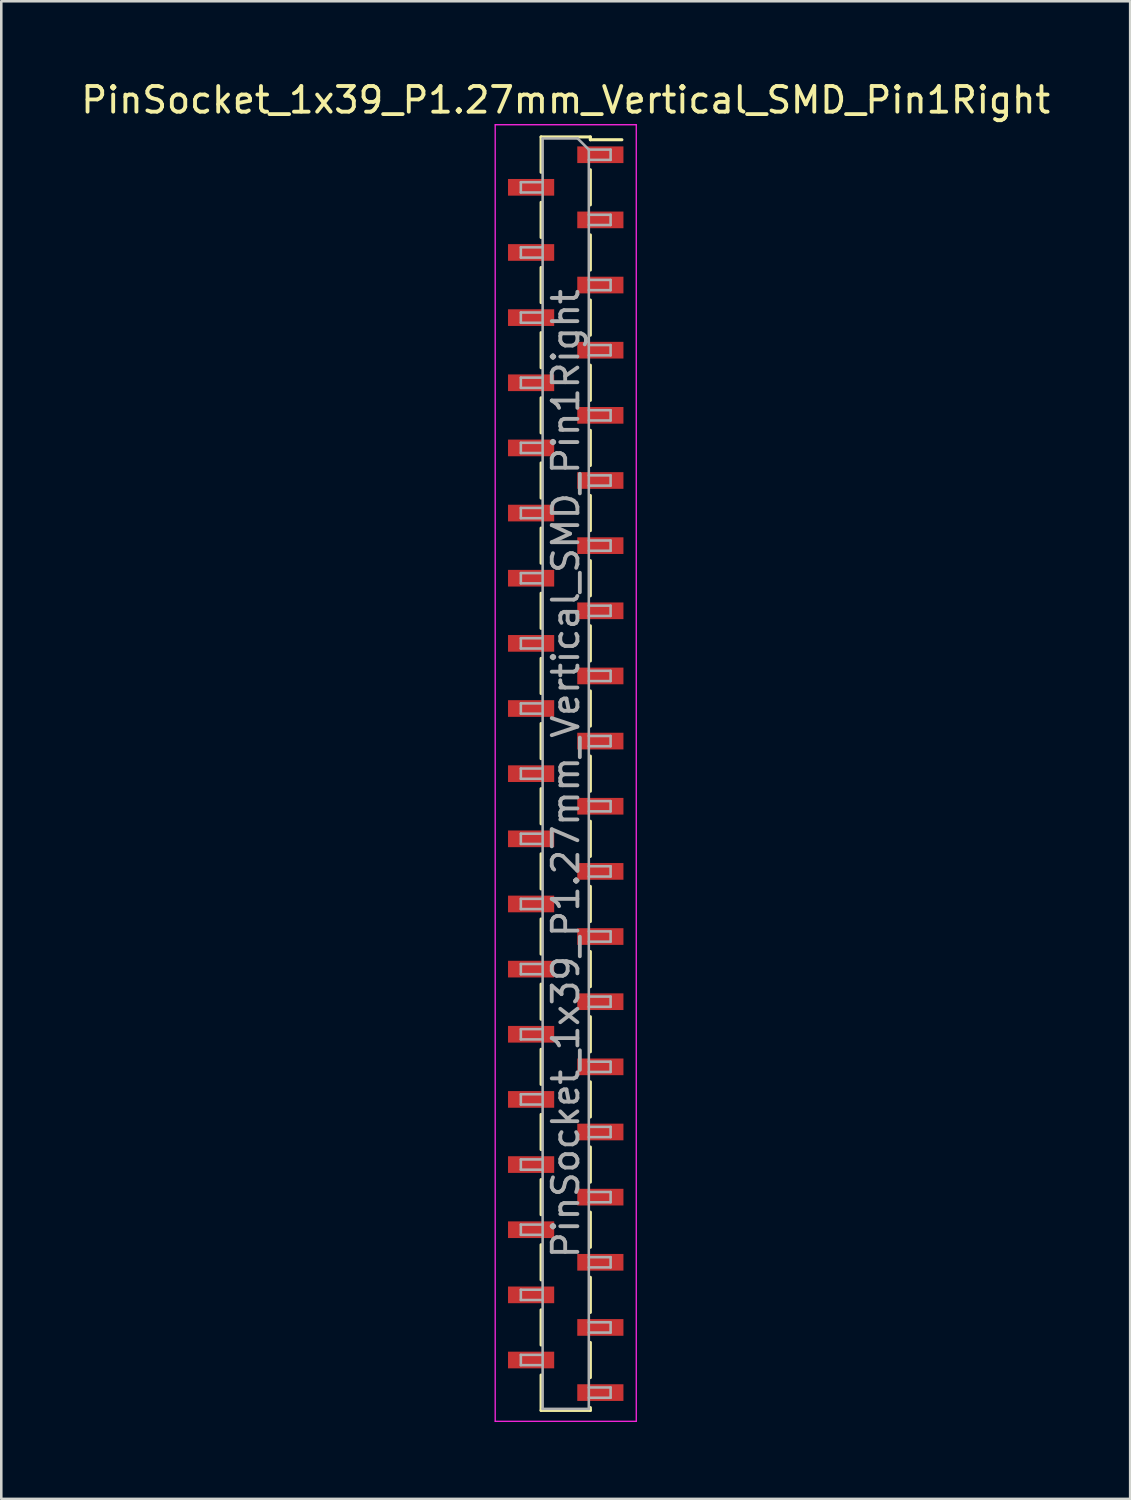
<source format=kicad_pcb>
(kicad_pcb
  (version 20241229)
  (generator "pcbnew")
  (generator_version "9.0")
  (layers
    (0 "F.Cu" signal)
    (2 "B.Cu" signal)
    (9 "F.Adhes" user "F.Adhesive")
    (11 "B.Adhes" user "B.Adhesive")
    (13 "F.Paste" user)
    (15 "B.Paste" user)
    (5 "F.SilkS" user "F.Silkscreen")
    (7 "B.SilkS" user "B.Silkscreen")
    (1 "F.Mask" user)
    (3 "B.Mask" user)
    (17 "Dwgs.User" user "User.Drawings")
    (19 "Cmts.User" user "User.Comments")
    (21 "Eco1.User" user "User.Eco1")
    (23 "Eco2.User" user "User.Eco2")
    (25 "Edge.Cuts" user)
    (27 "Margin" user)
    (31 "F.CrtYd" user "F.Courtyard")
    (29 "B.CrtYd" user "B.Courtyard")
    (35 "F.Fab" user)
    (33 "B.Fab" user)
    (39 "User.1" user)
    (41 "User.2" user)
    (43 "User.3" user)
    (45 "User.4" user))
  (footprint "PinSocket_1x39_P1.27mm_Vertical_SMD_Pin1Right"
    (layer "F.Cu")
    (at 19.006 27.113)
    (property "Reference" "PinSocket_1x39_P1.27mm_Vertical_SMD_Pin1Right" (at 0 -26.265 0) (layer "F.SilkS") (effects (font (size 1 1) (thickness 0.15))))
    (attr smd)
    (fp_line (start -0.96 -24.825) (end -0.96 -23.445) (stroke (width 0.12) (type solid)) (layer "F.SilkS"))
    (fp_line (start -0.96 -24.825) (end 0.96 -24.825) (stroke (width 0.12) (type solid)) (layer "F.SilkS"))
    (fp_line (start -0.96 -22.275) (end -0.96 -20.905) (stroke (width 0.12) (type solid)) (layer "F.SilkS"))
    (fp_line (start -0.96 -19.735) (end -0.96 -18.365) (stroke (width 0.12) (type solid)) (layer "F.SilkS"))
    (fp_line (start -0.96 -17.195) (end -0.96 -15.825) (stroke (width 0.12) (type solid)) (layer "F.SilkS"))
    (fp_line (start -0.96 -14.655) (end -0.96 -13.285) (stroke (width 0.12) (type solid)) (layer "F.SilkS"))
    (fp_line (start -0.96 -12.115) (end -0.96 -10.745) (stroke (width 0.12) (type solid)) (layer "F.SilkS"))
    (fp_line (start -0.96 -9.575) (end -0.96 -8.205) (stroke (width 0.12) (type solid)) (layer "F.SilkS"))
    (fp_line (start -0.96 -7.035) (end -0.96 -5.665) (stroke (width 0.12) (type solid)) (layer "F.SilkS"))
    (fp_line (start -0.96 -4.495) (end -0.96 -3.125) (stroke (width 0.12) (type solid)) (layer "F.SilkS"))
    (fp_line (start -0.96 -1.955) (end -0.96 -0.585) (stroke (width 0.12) (type solid)) (layer "F.SilkS"))
    (fp_line (start -0.96 0.585) (end -0.96 1.955) (stroke (width 0.12) (type solid)) (layer "F.SilkS"))
    (fp_line (start -0.96 3.125) (end -0.96 4.495) (stroke (width 0.12) (type solid)) (layer "F.SilkS"))
    (fp_line (start -0.96 5.665) (end -0.96 7.035) (stroke (width 0.12) (type solid)) (layer "F.SilkS"))
    (fp_line (start -0.96 8.205) (end -0.96 9.575) (stroke (width 0.12) (type solid)) (layer "F.SilkS"))
    (fp_line (start -0.96 10.745) (end -0.96 12.115) (stroke (width 0.12) (type solid)) (layer "F.SilkS"))
    (fp_line (start -0.96 13.285) (end -0.96 14.655) (stroke (width 0.12) (type solid)) (layer "F.SilkS"))
    (fp_line (start -0.96 15.825) (end -0.96 17.195) (stroke (width 0.12) (type solid)) (layer "F.SilkS"))
    (fp_line (start -0.96 18.365) (end -0.96 19.735) (stroke (width 0.12) (type solid)) (layer "F.SilkS"))
    (fp_line (start -0.96 20.905) (end -0.96 22.275) (stroke (width 0.12) (type solid)) (layer "F.SilkS"))
    (fp_line (start -0.96 23.445) (end -0.96 24.825) (stroke (width 0.12) (type solid)) (layer "F.SilkS"))
    (fp_line (start -0.96 24.825) (end 0.96 24.825) (stroke (width 0.12) (type solid)) (layer "F.SilkS"))
    (fp_line (start 0.96 -24.825) (end 0.96 -24.715) (stroke (width 0.12) (type solid)) (layer "F.SilkS"))
    (fp_line (start 0.96 -24.715) (end 2.19 -24.715) (stroke (width 0.12) (type solid)) (layer "F.SilkS"))
    (fp_line (start 0.96 -23.545) (end 0.96 -22.175) (stroke (width 0.12) (type solid)) (layer "F.SilkS"))
    (fp_line (start 0.96 -21.005) (end 0.96 -19.635) (stroke (width 0.12) (type solid)) (layer "F.SilkS"))
    (fp_line (start 0.96 -18.465) (end 0.96 -17.095) (stroke (width 0.12) (type solid)) (layer "F.SilkS"))
    (fp_line (start 0.96 -15.925) (end 0.96 -14.555) (stroke (width 0.12) (type solid)) (layer "F.SilkS"))
    (fp_line (start 0.96 -13.385) (end 0.96 -12.015) (stroke (width 0.12) (type solid)) (layer "F.SilkS"))
    (fp_line (start 0.96 -10.845) (end 0.96 -9.475) (stroke (width 0.12) (type solid)) (layer "F.SilkS"))
    (fp_line (start 0.96 -8.305) (end 0.96 -6.935) (stroke (width 0.12) (type solid)) (layer "F.SilkS"))
    (fp_line (start 0.96 -5.765) (end 0.96 -4.395) (stroke (width 0.12) (type solid)) (layer "F.SilkS"))
    (fp_line (start 0.96 -3.225) (end 0.96 -1.855) (stroke (width 0.12) (type solid)) (layer "F.SilkS"))
    (fp_line (start 0.96 -0.685) (end 0.96 0.685) (stroke (width 0.12) (type solid)) (layer "F.SilkS"))
    (fp_line (start 0.96 1.855) (end 0.96 3.225) (stroke (width 0.12) (type solid)) (layer "F.SilkS"))
    (fp_line (start 0.96 4.395) (end 0.96 5.765) (stroke (width 0.12) (type solid)) (layer "F.SilkS"))
    (fp_line (start 0.96 6.935) (end 0.96 8.305) (stroke (width 0.12) (type solid)) (layer "F.SilkS"))
    (fp_line (start 0.96 9.475) (end 0.96 10.845) (stroke (width 0.12) (type solid)) (layer "F.SilkS"))
    (fp_line (start 0.96 12.015) (end 0.96 13.385) (stroke (width 0.12) (type solid)) (layer "F.SilkS"))
    (fp_line (start 0.96 14.555) (end 0.96 15.925) (stroke (width 0.12) (type solid)) (layer "F.SilkS"))
    (fp_line (start 0.96 17.095) (end 0.96 18.465) (stroke (width 0.12) (type solid)) (layer "F.SilkS"))
    (fp_line (start 0.96 19.635) (end 0.96 21.005) (stroke (width 0.12) (type solid)) (layer "F.SilkS"))
    (fp_line (start 0.96 22.175) (end 0.96 23.545) (stroke (width 0.12) (type solid)) (layer "F.SilkS"))
    (fp_line (start 0.96 24.715) (end 0.96 24.825) (stroke (width 0.12) (type solid)) (layer "F.SilkS"))
    (fp_line (start -2.75 -25.3) (end 2.75 -25.3) (stroke (width 0.05) (type solid)) (layer "F.CrtYd"))
    (fp_line (start -2.75 25.25) (end -2.75 -25.3) (stroke (width 0.05) (type solid)) (layer "F.CrtYd"))
    (fp_line (start 2.75 -25.3) (end 2.75 25.25) (stroke (width 0.05) (type solid)) (layer "F.CrtYd"))
    (fp_line (start 2.75 25.25) (end -2.75 25.25) (stroke (width 0.05) (type solid)) (layer "F.CrtYd"))
    (fp_line (start -1.75 -23.06) (end -0.9 -23.06) (stroke (width 0.1) (type solid)) (layer "F.Fab"))
    (fp_line (start -1.75 -22.66) (end -1.75 -23.06) (stroke (width 0.1) (type solid)) (layer "F.Fab"))
    (fp_line (start -1.75 -20.52) (end -0.9 -20.52) (stroke (width 0.1) (type solid)) (layer "F.Fab"))
    (fp_line (start -1.75 -20.12) (end -1.75 -20.52) (stroke (width 0.1) (type solid)) (layer "F.Fab"))
    (fp_line (start -1.75 -17.98) (end -0.9 -17.98) (stroke (width 0.1) (type solid)) (layer "F.Fab"))
    (fp_line (start -1.75 -17.58) (end -1.75 -17.98) (stroke (width 0.1) (type solid)) (layer "F.Fab"))
    (fp_line (start -1.75 -15.44) (end -0.9 -15.44) (stroke (width 0.1) (type solid)) (layer "F.Fab"))
    (fp_line (start -1.75 -15.04) (end -1.75 -15.44) (stroke (width 0.1) (type solid)) (layer "F.Fab"))
    (fp_line (start -1.75 -12.9) (end -0.9 -12.9) (stroke (width 0.1) (type solid)) (layer "F.Fab"))
    (fp_line (start -1.75 -12.5) (end -1.75 -12.9) (stroke (width 0.1) (type solid)) (layer "F.Fab"))
    (fp_line (start -1.75 -10.36) (end -0.9 -10.36) (stroke (width 0.1) (type solid)) (layer "F.Fab"))
    (fp_line (start -1.75 -9.96) (end -1.75 -10.36) (stroke (width 0.1) (type solid)) (layer "F.Fab"))
    (fp_line (start -1.75 -7.82) (end -0.9 -7.82) (stroke (width 0.1) (type solid)) (layer "F.Fab"))
    (fp_line (start -1.75 -7.42) (end -1.75 -7.82) (stroke (width 0.1) (type solid)) (layer "F.Fab"))
    (fp_line (start -1.75 -5.28) (end -0.9 -5.28) (stroke (width 0.1) (type solid)) (layer "F.Fab"))
    (fp_line (start -1.75 -4.88) (end -1.75 -5.28) (stroke (width 0.1) (type solid)) (layer "F.Fab"))
    (fp_line (start -1.75 -2.74) (end -0.9 -2.74) (stroke (width 0.1) (type solid)) (layer "F.Fab"))
    (fp_line (start -1.75 -2.34) (end -1.75 -2.74) (stroke (width 0.1) (type solid)) (layer "F.Fab"))
    (fp_line (start -1.75 -0.2) (end -0.9 -0.2) (stroke (width 0.1) (type solid)) (layer "F.Fab"))
    (fp_line (start -1.75 0.2) (end -1.75 -0.2) (stroke (width 0.1) (type solid)) (layer "F.Fab"))
    (fp_line (start -1.75 2.34) (end -0.9 2.34) (stroke (width 0.1) (type solid)) (layer "F.Fab"))
    (fp_line (start -1.75 2.74) (end -1.75 2.34) (stroke (width 0.1) (type solid)) (layer "F.Fab"))
    (fp_line (start -1.75 4.88) (end -0.9 4.88) (stroke (width 0.1) (type solid)) (layer "F.Fab"))
    (fp_line (start -1.75 5.28) (end -1.75 4.88) (stroke (width 0.1) (type solid)) (layer "F.Fab"))
    (fp_line (start -1.75 7.42) (end -0.9 7.42) (stroke (width 0.1) (type solid)) (layer "F.Fab"))
    (fp_line (start -1.75 7.82) (end -1.75 7.42) (stroke (width 0.1) (type solid)) (layer "F.Fab"))
    (fp_line (start -1.75 9.96) (end -0.9 9.96) (stroke (width 0.1) (type solid)) (layer "F.Fab"))
    (fp_line (start -1.75 10.36) (end -1.75 9.96) (stroke (width 0.1) (type solid)) (layer "F.Fab"))
    (fp_line (start -1.75 12.5) (end -0.9 12.5) (stroke (width 0.1) (type solid)) (layer "F.Fab"))
    (fp_line (start -1.75 12.9) (end -1.75 12.5) (stroke (width 0.1) (type solid)) (layer "F.Fab"))
    (fp_line (start -1.75 15.04) (end -0.9 15.04) (stroke (width 0.1) (type solid)) (layer "F.Fab"))
    (fp_line (start -1.75 15.44) (end -1.75 15.04) (stroke (width 0.1) (type solid)) (layer "F.Fab"))
    (fp_line (start -1.75 17.58) (end -0.9 17.58) (stroke (width 0.1) (type solid)) (layer "F.Fab"))
    (fp_line (start -1.75 17.98) (end -1.75 17.58) (stroke (width 0.1) (type solid)) (layer "F.Fab"))
    (fp_line (start -1.75 20.12) (end -0.9 20.12) (stroke (width 0.1) (type solid)) (layer "F.Fab"))
    (fp_line (start -1.75 20.52) (end -1.75 20.12) (stroke (width 0.1) (type solid)) (layer "F.Fab"))
    (fp_line (start -1.75 22.66) (end -0.9 22.66) (stroke (width 0.1) (type solid)) (layer "F.Fab"))
    (fp_line (start -1.75 23.06) (end -1.75 22.66) (stroke (width 0.1) (type solid)) (layer "F.Fab"))
    (fp_line (start -0.9 -24.765) (end 0.465 -24.765) (stroke (width 0.1) (type solid)) (layer "F.Fab"))
    (fp_line (start -0.9 -22.66) (end -1.75 -22.66) (stroke (width 0.1) (type solid)) (layer "F.Fab"))
    (fp_line (start -0.9 -20.12) (end -1.75 -20.12) (stroke (width 0.1) (type solid)) (layer "F.Fab"))
    (fp_line (start -0.9 -17.58) (end -1.75 -17.58) (stroke (width 0.1) (type solid)) (layer "F.Fab"))
    (fp_line (start -0.9 -15.04) (end -1.75 -15.04) (stroke (width 0.1) (type solid)) (layer "F.Fab"))
    (fp_line (start -0.9 -12.5) (end -1.75 -12.5) (stroke (width 0.1) (type solid)) (layer "F.Fab"))
    (fp_line (start -0.9 -9.96) (end -1.75 -9.96) (stroke (width 0.1) (type solid)) (layer "F.Fab"))
    (fp_line (start -0.9 -7.42) (end -1.75 -7.42) (stroke (width 0.1) (type solid)) (layer "F.Fab"))
    (fp_line (start -0.9 -4.88) (end -1.75 -4.88) (stroke (width 0.1) (type solid)) (layer "F.Fab"))
    (fp_line (start -0.9 -2.34) (end -1.75 -2.34) (stroke (width 0.1) (type solid)) (layer "F.Fab"))
    (fp_line (start -0.9 0.2) (end -1.75 0.2) (stroke (width 0.1) (type solid)) (layer "F.Fab"))
    (fp_line (start -0.9 2.74) (end -1.75 2.74) (stroke (width 0.1) (type solid)) (layer "F.Fab"))
    (fp_line (start -0.9 5.28) (end -1.75 5.28) (stroke (width 0.1) (type solid)) (layer "F.Fab"))
    (fp_line (start -0.9 7.82) (end -1.75 7.82) (stroke (width 0.1) (type solid)) (layer "F.Fab"))
    (fp_line (start -0.9 10.36) (end -1.75 10.36) (stroke (width 0.1) (type solid)) (layer "F.Fab"))
    (fp_line (start -0.9 12.9) (end -1.75 12.9) (stroke (width 0.1) (type solid)) (layer "F.Fab"))
    (fp_line (start -0.9 15.44) (end -1.75 15.44) (stroke (width 0.1) (type solid)) (layer "F.Fab"))
    (fp_line (start -0.9 17.98) (end -1.75 17.98) (stroke (width 0.1) (type solid)) (layer "F.Fab"))
    (fp_line (start -0.9 20.52) (end -1.75 20.52) (stroke (width 0.1) (type solid)) (layer "F.Fab"))
    (fp_line (start -0.9 23.06) (end -1.75 23.06) (stroke (width 0.1) (type solid)) (layer "F.Fab"))
    (fp_line (start -0.9 24.765) (end -0.9 -24.765) (stroke (width 0.1) (type solid)) (layer "F.Fab"))
    (fp_line (start 0.465 -24.765) (end 0.9 -24.33) (stroke (width 0.1) (type solid)) (layer "F.Fab"))
    (fp_line (start 0.9 -24.33) (end 0.9 24.765) (stroke (width 0.1) (type solid)) (layer "F.Fab"))
    (fp_line (start 0.9 -24.33) (end 1.75 -24.33) (stroke (width 0.1) (type solid)) (layer "F.Fab"))
    (fp_line (start 0.9 -21.79) (end 1.75 -21.79) (stroke (width 0.1) (type solid)) (layer "F.Fab"))
    (fp_line (start 0.9 -19.25) (end 1.75 -19.25) (stroke (width 0.1) (type solid)) (layer "F.Fab"))
    (fp_line (start 0.9 -16.71) (end 1.75 -16.71) (stroke (width 0.1) (type solid)) (layer "F.Fab"))
    (fp_line (start 0.9 -14.17) (end 1.75 -14.17) (stroke (width 0.1) (type solid)) (layer "F.Fab"))
    (fp_line (start 0.9 -11.63) (end 1.75 -11.63) (stroke (width 0.1) (type solid)) (layer "F.Fab"))
    (fp_line (start 0.9 -9.09) (end 1.75 -9.09) (stroke (width 0.1) (type solid)) (layer "F.Fab"))
    (fp_line (start 0.9 -6.55) (end 1.75 -6.55) (stroke (width 0.1) (type solid)) (layer "F.Fab"))
    (fp_line (start 0.9 -4.01) (end 1.75 -4.01) (stroke (width 0.1) (type solid)) (layer "F.Fab"))
    (fp_line (start 0.9 -1.47) (end 1.75 -1.47) (stroke (width 0.1) (type solid)) (layer "F.Fab"))
    (fp_line (start 0.9 1.07) (end 1.75 1.07) (stroke (width 0.1) (type solid)) (layer "F.Fab"))
    (fp_line (start 0.9 3.61) (end 1.75 3.61) (stroke (width 0.1) (type solid)) (layer "F.Fab"))
    (fp_line (start 0.9 6.15) (end 1.75 6.15) (stroke (width 0.1) (type solid)) (layer "F.Fab"))
    (fp_line (start 0.9 8.69) (end 1.75 8.69) (stroke (width 0.1) (type solid)) (layer "F.Fab"))
    (fp_line (start 0.9 11.23) (end 1.75 11.23) (stroke (width 0.1) (type solid)) (layer "F.Fab"))
    (fp_line (start 0.9 13.77) (end 1.75 13.77) (stroke (width 0.1) (type solid)) (layer "F.Fab"))
    (fp_line (start 0.9 16.31) (end 1.75 16.31) (stroke (width 0.1) (type solid)) (layer "F.Fab"))
    (fp_line (start 0.9 18.85) (end 1.75 18.85) (stroke (width 0.1) (type solid)) (layer "F.Fab"))
    (fp_line (start 0.9 21.39) (end 1.75 21.39) (stroke (width 0.1) (type solid)) (layer "F.Fab"))
    (fp_line (start 0.9 23.93) (end 1.75 23.93) (stroke (width 0.1) (type solid)) (layer "F.Fab"))
    (fp_line (start 0.9 24.765) (end -0.9 24.765) (stroke (width 0.1) (type solid)) (layer "F.Fab"))
    (fp_line (start 1.75 -24.33) (end 1.75 -23.93) (stroke (width 0.1) (type solid)) (layer "F.Fab"))
    (fp_line (start 1.75 -23.93) (end 0.9 -23.93) (stroke (width 0.1) (type solid)) (layer "F.Fab"))
    (fp_line (start 1.75 -21.79) (end 1.75 -21.39) (stroke (width 0.1) (type solid)) (layer "F.Fab"))
    (fp_line (start 1.75 -21.39) (end 0.9 -21.39) (stroke (width 0.1) (type solid)) (layer "F.Fab"))
    (fp_line (start 1.75 -19.25) (end 1.75 -18.85) (stroke (width 0.1) (type solid)) (layer "F.Fab"))
    (fp_line (start 1.75 -18.85) (end 0.9 -18.85) (stroke (width 0.1) (type solid)) (layer "F.Fab"))
    (fp_line (start 1.75 -16.71) (end 1.75 -16.31) (stroke (width 0.1) (type solid)) (layer "F.Fab"))
    (fp_line (start 1.75 -16.31) (end 0.9 -16.31) (stroke (width 0.1) (type solid)) (layer "F.Fab"))
    (fp_line (start 1.75 -14.17) (end 1.75 -13.77) (stroke (width 0.1) (type solid)) (layer "F.Fab"))
    (fp_line (start 1.75 -13.77) (end 0.9 -13.77) (stroke (width 0.1) (type solid)) (layer "F.Fab"))
    (fp_line (start 1.75 -11.63) (end 1.75 -11.23) (stroke (width 0.1) (type solid)) (layer "F.Fab"))
    (fp_line (start 1.75 -11.23) (end 0.9 -11.23) (stroke (width 0.1) (type solid)) (layer "F.Fab"))
    (fp_line (start 1.75 -9.09) (end 1.75 -8.69) (stroke (width 0.1) (type solid)) (layer "F.Fab"))
    (fp_line (start 1.75 -8.69) (end 0.9 -8.69) (stroke (width 0.1) (type solid)) (layer "F.Fab"))
    (fp_line (start 1.75 -6.55) (end 1.75 -6.15) (stroke (width 0.1) (type solid)) (layer "F.Fab"))
    (fp_line (start 1.75 -6.15) (end 0.9 -6.15) (stroke (width 0.1) (type solid)) (layer "F.Fab"))
    (fp_line (start 1.75 -4.01) (end 1.75 -3.61) (stroke (width 0.1) (type solid)) (layer "F.Fab"))
    (fp_line (start 1.75 -3.61) (end 0.9 -3.61) (stroke (width 0.1) (type solid)) (layer "F.Fab"))
    (fp_line (start 1.75 -1.47) (end 1.75 -1.07) (stroke (width 0.1) (type solid)) (layer "F.Fab"))
    (fp_line (start 1.75 -1.07) (end 0.9 -1.07) (stroke (width 0.1) (type solid)) (layer "F.Fab"))
    (fp_line (start 1.75 1.07) (end 1.75 1.47) (stroke (width 0.1) (type solid)) (layer "F.Fab"))
    (fp_line (start 1.75 1.47) (end 0.9 1.47) (stroke (width 0.1) (type solid)) (layer "F.Fab"))
    (fp_line (start 1.75 3.61) (end 1.75 4.01) (stroke (width 0.1) (type solid)) (layer "F.Fab"))
    (fp_line (start 1.75 4.01) (end 0.9 4.01) (stroke (width 0.1) (type solid)) (layer "F.Fab"))
    (fp_line (start 1.75 6.15) (end 1.75 6.55) (stroke (width 0.1) (type solid)) (layer "F.Fab"))
    (fp_line (start 1.75 6.55) (end 0.9 6.55) (stroke (width 0.1) (type solid)) (layer "F.Fab"))
    (fp_line (start 1.75 8.69) (end 1.75 9.09) (stroke (width 0.1) (type solid)) (layer "F.Fab"))
    (fp_line (start 1.75 9.09) (end 0.9 9.09) (stroke (width 0.1) (type solid)) (layer "F.Fab"))
    (fp_line (start 1.75 11.23) (end 1.75 11.63) (stroke (width 0.1) (type solid)) (layer "F.Fab"))
    (fp_line (start 1.75 11.63) (end 0.9 11.63) (stroke (width 0.1) (type solid)) (layer "F.Fab"))
    (fp_line (start 1.75 13.77) (end 1.75 14.17) (stroke (width 0.1) (type solid)) (layer "F.Fab"))
    (fp_line (start 1.75 14.17) (end 0.9 14.17) (stroke (width 0.1) (type solid)) (layer "F.Fab"))
    (fp_line (start 1.75 16.31) (end 1.75 16.71) (stroke (width 0.1) (type solid)) (layer "F.Fab"))
    (fp_line (start 1.75 16.71) (end 0.9 16.71) (stroke (width 0.1) (type solid)) (layer "F.Fab"))
    (fp_line (start 1.75 18.85) (end 1.75 19.25) (stroke (width 0.1) (type solid)) (layer "F.Fab"))
    (fp_line (start 1.75 19.25) (end 0.9 19.25) (stroke (width 0.1) (type solid)) (layer "F.Fab"))
    (fp_line (start 1.75 21.39) (end 1.75 21.79) (stroke (width 0.1) (type solid)) (layer "F.Fab"))
    (fp_line (start 1.75 21.79) (end 0.9 21.79) (stroke (width 0.1) (type solid)) (layer "F.Fab"))
    (fp_line (start 1.75 23.93) (end 1.75 24.33) (stroke (width 0.1) (type solid)) (layer "F.Fab"))
    (fp_line (start 1.75 24.33) (end 0.9 24.33) (stroke (width 0.1) (type solid)) (layer "F.Fab"))
    (fp_text user "${REFERENCE}" (at 0 0 90) (layer "F.Fab") (effects (font (size 1 1) (thickness 0.15))))
    (pad "1" smd rect (at 1.35 -24.13) (size 1.8 0.65) (layers "F.Cu" "F.Mask" "F.Paste"))
    (pad "2" smd rect (at -1.35 -22.86) (size 1.8 0.65) (layers "F.Cu" "F.Mask" "F.Paste"))
    (pad "3" smd rect (at 1.35 -21.59) (size 1.8 0.65) (layers "F.Cu" "F.Mask" "F.Paste"))
    (pad "4" smd rect (at -1.35 -20.32) (size 1.8 0.65) (layers "F.Cu" "F.Mask" "F.Paste"))
    (pad "5" smd rect (at 1.35 -19.05) (size 1.8 0.65) (layers "F.Cu" "F.Mask" "F.Paste"))
    (pad "6" smd rect (at -1.35 -17.78) (size 1.8 0.65) (layers "F.Cu" "F.Mask" "F.Paste"))
    (pad "7" smd rect (at 1.35 -16.51) (size 1.8 0.65) (layers "F.Cu" "F.Mask" "F.Paste"))
    (pad "8" smd rect (at -1.35 -15.24) (size 1.8 0.65) (layers "F.Cu" "F.Mask" "F.Paste"))
    (pad "9" smd rect (at 1.35 -13.97) (size 1.8 0.65) (layers "F.Cu" "F.Mask" "F.Paste"))
    (pad "10" smd rect (at -1.35 -12.7) (size 1.8 0.65) (layers "F.Cu" "F.Mask" "F.Paste"))
    (pad "11" smd rect (at 1.35 -11.43) (size 1.8 0.65) (layers "F.Cu" "F.Mask" "F.Paste"))
    (pad "12" smd rect (at -1.35 -10.16) (size 1.8 0.65) (layers "F.Cu" "F.Mask" "F.Paste"))
    (pad "13" smd rect (at 1.35 -8.89) (size 1.8 0.65) (layers "F.Cu" "F.Mask" "F.Paste"))
    (pad "14" smd rect (at -1.35 -7.62) (size 1.8 0.65) (layers "F.Cu" "F.Mask" "F.Paste"))
    (pad "15" smd rect (at 1.35 -6.35) (size 1.8 0.65) (layers "F.Cu" "F.Mask" "F.Paste"))
    (pad "16" smd rect (at -1.35 -5.08) (size 1.8 0.65) (layers "F.Cu" "F.Mask" "F.Paste"))
    (pad "17" smd rect (at 1.35 -3.81) (size 1.8 0.65) (layers "F.Cu" "F.Mask" "F.Paste"))
    (pad "18" smd rect (at -1.35 -2.54) (size 1.8 0.65) (layers "F.Cu" "F.Mask" "F.Paste"))
    (pad "19" smd rect (at 1.35 -1.27) (size 1.8 0.65) (layers "F.Cu" "F.Mask" "F.Paste"))
    (pad "20" smd rect (at -1.35 0) (size 1.8 0.65) (layers "F.Cu" "F.Mask" "F.Paste"))
    (pad "21" smd rect (at 1.35 1.27) (size 1.8 0.65) (layers "F.Cu" "F.Mask" "F.Paste"))
    (pad "22" smd rect (at -1.35 2.54) (size 1.8 0.65) (layers "F.Cu" "F.Mask" "F.Paste"))
    (pad "23" smd rect (at 1.35 3.81) (size 1.8 0.65) (layers "F.Cu" "F.Mask" "F.Paste"))
    (pad "24" smd rect (at -1.35 5.08) (size 1.8 0.65) (layers "F.Cu" "F.Mask" "F.Paste"))
    (pad "25" smd rect (at 1.35 6.35) (size 1.8 0.65) (layers "F.Cu" "F.Mask" "F.Paste"))
    (pad "26" smd rect (at -1.35 7.62) (size 1.8 0.65) (layers "F.Cu" "F.Mask" "F.Paste"))
    (pad "27" smd rect (at 1.35 8.89) (size 1.8 0.65) (layers "F.Cu" "F.Mask" "F.Paste"))
    (pad "28" smd rect (at -1.35 10.16) (size 1.8 0.65) (layers "F.Cu" "F.Mask" "F.Paste"))
    (pad "29" smd rect (at 1.35 11.43) (size 1.8 0.65) (layers "F.Cu" "F.Mask" "F.Paste"))
    (pad "30" smd rect (at -1.35 12.7) (size 1.8 0.65) (layers "F.Cu" "F.Mask" "F.Paste"))
    (pad "31" smd rect (at 1.35 13.97) (size 1.8 0.65) (layers "F.Cu" "F.Mask" "F.Paste"))
    (pad "32" smd rect (at -1.35 15.24) (size 1.8 0.65) (layers "F.Cu" "F.Mask" "F.Paste"))
    (pad "33" smd rect (at 1.35 16.51) (size 1.8 0.65) (layers "F.Cu" "F.Mask" "F.Paste"))
    (pad "34" smd rect (at -1.35 17.78) (size 1.8 0.65) (layers "F.Cu" "F.Mask" "F.Paste"))
    (pad "35" smd rect (at 1.35 19.05) (size 1.8 0.65) (layers "F.Cu" "F.Mask" "F.Paste"))
    (pad "36" smd rect (at -1.35 20.32) (size 1.8 0.65) (layers "F.Cu" "F.Mask" "F.Paste"))
    (pad "37" smd rect (at 1.35 21.59) (size 1.8 0.65) (layers "F.Cu" "F.Mask" "F.Paste"))
    (pad "38" smd rect (at -1.35 22.86) (size 1.8 0.65) (layers "F.Cu" "F.Mask" "F.Paste"))
    (pad "39" smd rect (at 1.35 24.13) (size 1.8 0.65) (layers "F.Cu" "F.Mask" "F.Paste")))
  (gr_rect
    (start -3 -3)
    (end 41.012 55.388)
    (stroke (width 0.1) (type default))
    (fill no)
    (layer "Edge.Cuts")))
</source>
